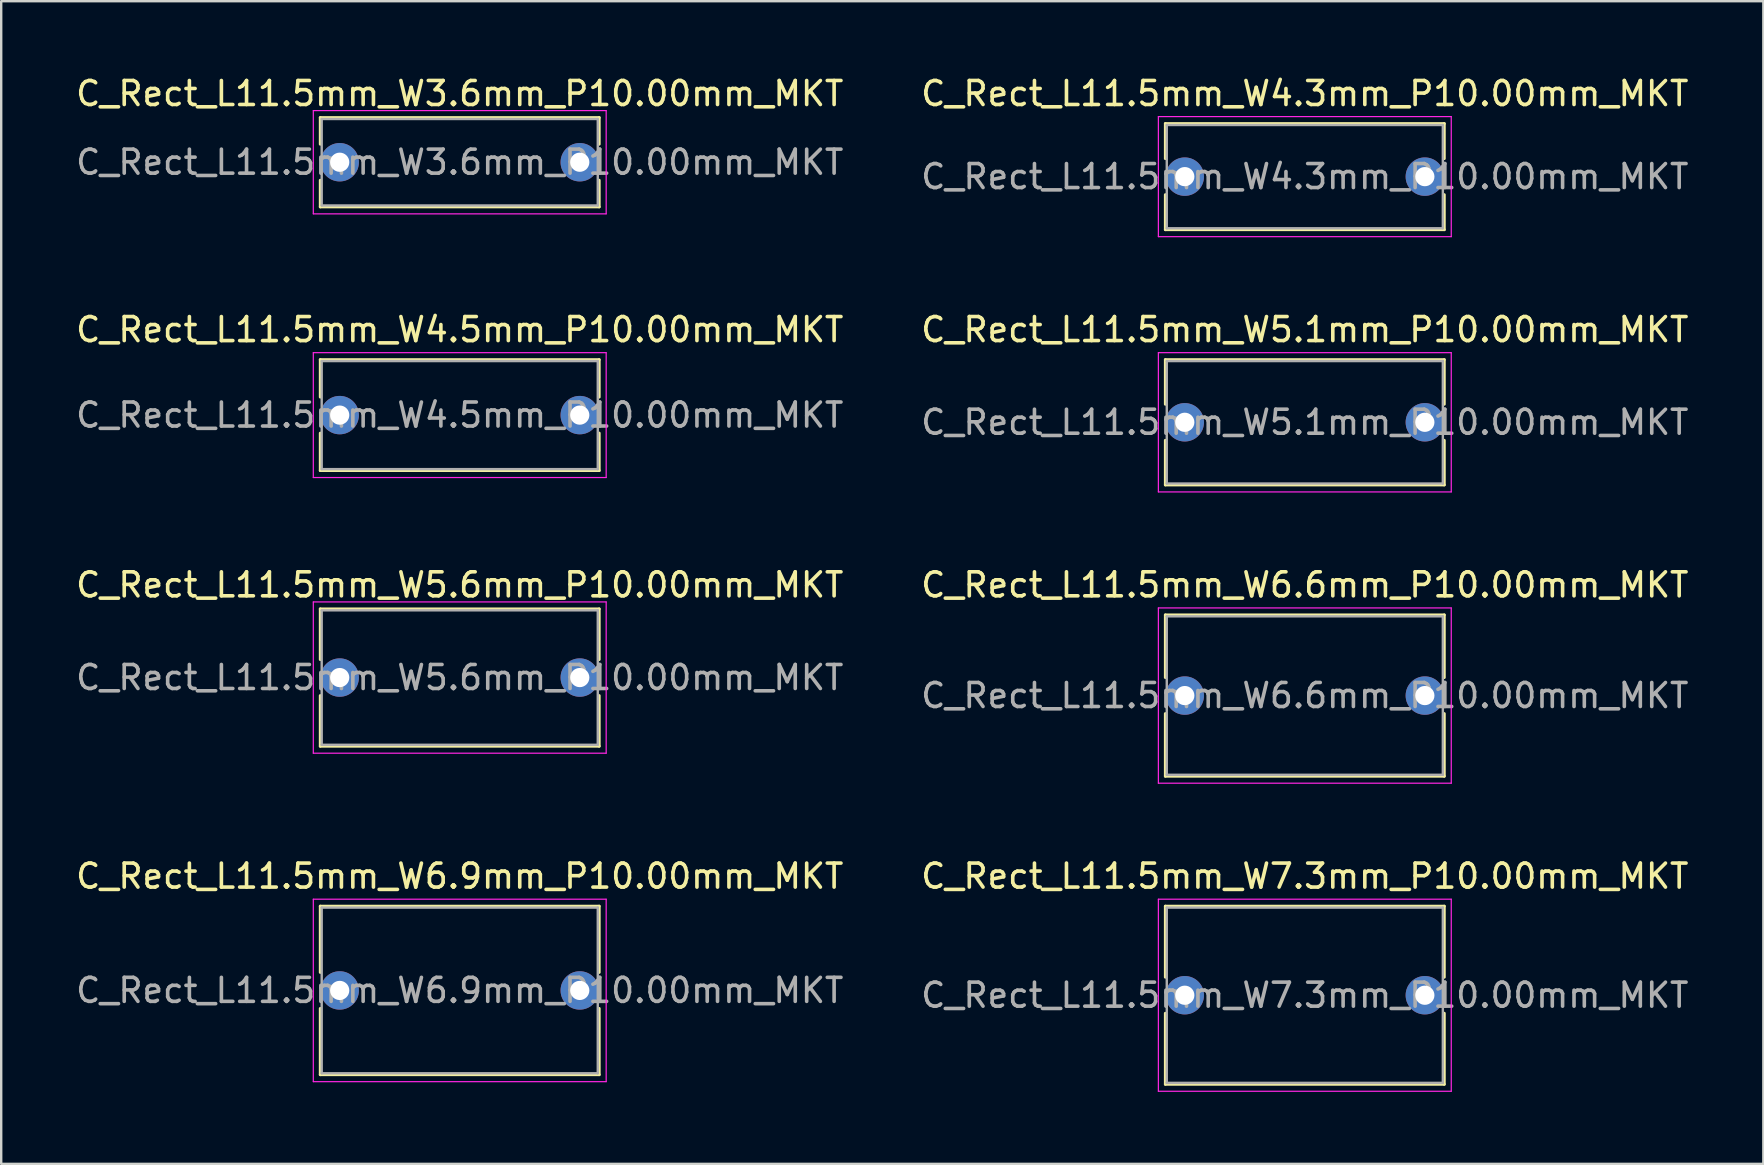
<source format=kicad_pcb>
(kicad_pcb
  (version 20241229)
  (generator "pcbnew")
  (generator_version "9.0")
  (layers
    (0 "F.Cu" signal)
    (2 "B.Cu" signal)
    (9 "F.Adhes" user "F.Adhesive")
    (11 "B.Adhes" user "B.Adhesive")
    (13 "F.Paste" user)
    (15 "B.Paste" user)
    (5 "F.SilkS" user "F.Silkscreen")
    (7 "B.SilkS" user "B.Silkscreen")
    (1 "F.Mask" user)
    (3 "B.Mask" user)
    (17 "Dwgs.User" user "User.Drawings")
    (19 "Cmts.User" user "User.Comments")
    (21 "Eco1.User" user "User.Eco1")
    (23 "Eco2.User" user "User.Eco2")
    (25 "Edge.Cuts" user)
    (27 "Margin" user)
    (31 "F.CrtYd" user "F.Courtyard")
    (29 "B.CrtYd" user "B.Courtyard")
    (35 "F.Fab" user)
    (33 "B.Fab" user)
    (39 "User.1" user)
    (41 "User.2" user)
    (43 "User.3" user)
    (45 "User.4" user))
  (footprint "C_Rect_L11.5mm_W4.3mm_P10.00mm_MKT"
    (layer "F.Cu")
    (at 46.304 4.308)
    (property "Reference" "C_Rect_L11.5mm_W4.3mm_P10.00mm_MKT" (at 5 -3.46 0) (layer "F.SilkS") (effects (font (size 1 1) (thickness 0.15))))
    (attr through_hole)
    (fp_line (start -0.81 -2.21) (end -0.81 -0.75) (stroke (width 0.12) (type solid)) (layer "F.SilkS"))
    (fp_line (start -0.81 -2.21) (end 10.81 -2.21) (stroke (width 0.12) (type solid)) (layer "F.SilkS"))
    (fp_line (start -0.81 0.75) (end -0.81 2.21) (stroke (width 0.12) (type solid)) (layer "F.SilkS"))
    (fp_line (start -0.81 2.21) (end 10.81 2.21) (stroke (width 0.12) (type solid)) (layer "F.SilkS"))
    (fp_line (start 10.81 -2.21) (end 10.81 -0.75) (stroke (width 0.12) (type solid)) (layer "F.SilkS"))
    (fp_line (start 10.81 0.75) (end 10.81 2.21) (stroke (width 0.12) (type solid)) (layer "F.SilkS"))
    (fp_line (start -1.1 -2.5) (end -1.1 2.5) (stroke (width 0.05) (type solid)) (layer "F.CrtYd"))
    (fp_line (start -1.1 2.5) (end 11.1 2.5) (stroke (width 0.05) (type solid)) (layer "F.CrtYd"))
    (fp_line (start 11.1 -2.5) (end -1.1 -2.5) (stroke (width 0.05) (type solid)) (layer "F.CrtYd"))
    (fp_line (start 11.1 2.5) (end 11.1 -2.5) (stroke (width 0.05) (type solid)) (layer "F.CrtYd"))
    (fp_line (start -0.75 -2.15) (end -0.75 2.15) (stroke (width 0.1) (type solid)) (layer "F.Fab"))
    (fp_line (start -0.75 2.15) (end 10.75 2.15) (stroke (width 0.1) (type solid)) (layer "F.Fab"))
    (fp_line (start 10.75 -2.15) (end -0.75 -2.15) (stroke (width 0.1) (type solid)) (layer "F.Fab"))
    (fp_line (start 10.75 2.15) (end 10.75 -2.15) (stroke (width 0.1) (type solid)) (layer "F.Fab"))
    (fp_text user "${REFERENCE}" (at 5 0 0) (layer "F.Fab") (effects (font (size 1 1) (thickness 0.15))))
    (pad "1" thru_hole circle (at 0 0) (size 1.6 1.6) (drill 0.8) (layers "*.Cu" "*.Mask"))
    (pad "2" thru_hole circle (at 10 0) (size 1.6 1.6) (drill 0.8) (layers "*.Cu" "*.Mask")))
  (footprint "C_Rect_L11.5mm_W6.9mm_P10.00mm_MKT"
    (layer "F.Cu")
    (at 11.101 38.208)
    (property "Reference" "C_Rect_L11.5mm_W6.9mm_P10.00mm_MKT" (at 5 -4.76 0) (layer "F.SilkS") (effects (font (size 1 1) (thickness 0.15))))
    (attr through_hole)
    (fp_line (start -0.81 -3.51) (end -0.81 -0.75) (stroke (width 0.12) (type solid)) (layer "F.SilkS"))
    (fp_line (start -0.81 -3.51) (end 10.81 -3.51) (stroke (width 0.12) (type solid)) (layer "F.SilkS"))
    (fp_line (start -0.81 0.75) (end -0.81 3.51) (stroke (width 0.12) (type solid)) (layer "F.SilkS"))
    (fp_line (start -0.81 3.51) (end 10.81 3.51) (stroke (width 0.12) (type solid)) (layer "F.SilkS"))
    (fp_line (start 10.81 -3.51) (end 10.81 -0.75) (stroke (width 0.12) (type solid)) (layer "F.SilkS"))
    (fp_line (start 10.81 0.75) (end 10.81 3.51) (stroke (width 0.12) (type solid)) (layer "F.SilkS"))
    (fp_line (start -1.1 -3.8) (end -1.1 3.8) (stroke (width 0.05) (type solid)) (layer "F.CrtYd"))
    (fp_line (start -1.1 3.8) (end 11.1 3.8) (stroke (width 0.05) (type solid)) (layer "F.CrtYd"))
    (fp_line (start 11.1 -3.8) (end -1.1 -3.8) (stroke (width 0.05) (type solid)) (layer "F.CrtYd"))
    (fp_line (start 11.1 3.8) (end 11.1 -3.8) (stroke (width 0.05) (type solid)) (layer "F.CrtYd"))
    (fp_line (start -0.75 -3.45) (end -0.75 3.45) (stroke (width 0.1) (type solid)) (layer "F.Fab"))
    (fp_line (start -0.75 3.45) (end 10.75 3.45) (stroke (width 0.1) (type solid)) (layer "F.Fab"))
    (fp_line (start 10.75 -3.45) (end -0.75 -3.45) (stroke (width 0.1) (type solid)) (layer "F.Fab"))
    (fp_line (start 10.75 3.45) (end 10.75 -3.45) (stroke (width 0.1) (type solid)) (layer "F.Fab"))
    (fp_text user "${REFERENCE}" (at 5 0 0) (layer "F.Fab") (effects (font (size 1 1) (thickness 0.15))))
    (pad "1" thru_hole circle (at 0 0) (size 1.6 1.6) (drill 0.8) (layers "*.Cu" "*.Mask"))
    (pad "2" thru_hole circle (at 10 0) (size 1.6 1.6) (drill 0.8) (layers "*.Cu" "*.Mask")))
  (footprint "C_Rect_L11.5mm_W5.6mm_P10.00mm_MKT"
    (layer "F.Cu")
    (at 11.101 25.175)
    (property "Reference" "C_Rect_L11.5mm_W5.6mm_P10.00mm_MKT" (at 5 -3.86 0) (layer "F.SilkS") (effects (font (size 1 1) (thickness 0.15))))
    (attr through_hole)
    (fp_line (start -0.81 -2.86) (end -0.81 -0.75) (stroke (width 0.12) (type solid)) (layer "F.SilkS"))
    (fp_line (start -0.81 -2.86) (end 10.81 -2.86) (stroke (width 0.12) (type solid)) (layer "F.SilkS"))
    (fp_line (start -0.81 0.75) (end -0.81 2.86) (stroke (width 0.12) (type solid)) (layer "F.SilkS"))
    (fp_line (start -0.81 2.86) (end 10.81 2.86) (stroke (width 0.12) (type solid)) (layer "F.SilkS"))
    (fp_line (start 10.81 -2.86) (end 10.81 -0.75) (stroke (width 0.12) (type solid)) (layer "F.SilkS"))
    (fp_line (start 10.81 0.75) (end 10.81 2.86) (stroke (width 0.12) (type solid)) (layer "F.SilkS"))
    (fp_line (start -1.1 -3.15) (end -1.1 3.15) (stroke (width 0.05) (type solid)) (layer "F.CrtYd"))
    (fp_line (start -1.1 3.15) (end 11.1 3.15) (stroke (width 0.05) (type solid)) (layer "F.CrtYd"))
    (fp_line (start 11.1 -3.15) (end -1.1 -3.15) (stroke (width 0.05) (type solid)) (layer "F.CrtYd"))
    (fp_line (start 11.1 3.15) (end 11.1 -3.15) (stroke (width 0.05) (type solid)) (layer "F.CrtYd"))
    (fp_line (start -0.75 -2.8) (end -0.75 2.8) (stroke (width 0.1) (type solid)) (layer "F.Fab"))
    (fp_line (start -0.75 2.8) (end 10.75 2.8) (stroke (width 0.1) (type solid)) (layer "F.Fab"))
    (fp_line (start 10.75 -2.8) (end -0.75 -2.8) (stroke (width 0.1) (type solid)) (layer "F.Fab"))
    (fp_line (start 10.75 2.8) (end 10.75 -2.8) (stroke (width 0.1) (type solid)) (layer "F.Fab"))
    (fp_text user "${REFERENCE}" (at 5 0 0) (layer "F.Fab") (effects (font (size 1 1) (thickness 0.15))))
    (pad "1" thru_hole circle (at 0 0) (size 1.6 1.6) (drill 0.8) (layers "*.Cu" "*.Mask"))
    (pad "2" thru_hole circle (at 10 0) (size 1.6 1.6) (drill 0.8) (layers "*.Cu" "*.Mask")))
  (footprint "C_Rect_L11.5mm_W6.6mm_P10.00mm_MKT"
    (layer "F.Cu")
    (at 46.304 25.925)
    (property "Reference" "C_Rect_L11.5mm_W6.6mm_P10.00mm_MKT" (at 5 -4.61 0) (layer "F.SilkS") (effects (font (size 1 1) (thickness 0.15))))
    (attr through_hole)
    (fp_line (start -0.81 -3.36) (end -0.81 -0.75) (stroke (width 0.12) (type solid)) (layer "F.SilkS"))
    (fp_line (start -0.81 -3.36) (end 10.81 -3.36) (stroke (width 0.12) (type solid)) (layer "F.SilkS"))
    (fp_line (start -0.81 0.75) (end -0.81 3.36) (stroke (width 0.12) (type solid)) (layer "F.SilkS"))
    (fp_line (start -0.81 3.36) (end 10.81 3.36) (stroke (width 0.12) (type solid)) (layer "F.SilkS"))
    (fp_line (start 10.81 -3.36) (end 10.81 -0.75) (stroke (width 0.12) (type solid)) (layer "F.SilkS"))
    (fp_line (start 10.81 0.75) (end 10.81 3.36) (stroke (width 0.12) (type solid)) (layer "F.SilkS"))
    (fp_line (start -1.1 -3.65) (end -1.1 3.65) (stroke (width 0.05) (type solid)) (layer "F.CrtYd"))
    (fp_line (start -1.1 3.65) (end 11.1 3.65) (stroke (width 0.05) (type solid)) (layer "F.CrtYd"))
    (fp_line (start 11.1 -3.65) (end -1.1 -3.65) (stroke (width 0.05) (type solid)) (layer "F.CrtYd"))
    (fp_line (start 11.1 3.65) (end 11.1 -3.65) (stroke (width 0.05) (type solid)) (layer "F.CrtYd"))
    (fp_line (start -0.75 -3.3) (end -0.75 3.3) (stroke (width 0.1) (type solid)) (layer "F.Fab"))
    (fp_line (start -0.75 3.3) (end 10.75 3.3) (stroke (width 0.1) (type solid)) (layer "F.Fab"))
    (fp_line (start 10.75 -3.3) (end -0.75 -3.3) (stroke (width 0.1) (type solid)) (layer "F.Fab"))
    (fp_line (start 10.75 3.3) (end 10.75 -3.3) (stroke (width 0.1) (type solid)) (layer "F.Fab"))
    (fp_text user "${REFERENCE}" (at 5 0 0) (layer "F.Fab") (effects (font (size 1 1) (thickness 0.15))))
    (pad "1" thru_hole circle (at 0 0) (size 1.6 1.6) (drill 0.8) (layers "*.Cu" "*.Mask"))
    (pad "2" thru_hole circle (at 10 0) (size 1.6 1.6) (drill 0.8) (layers "*.Cu" "*.Mask")))
  (footprint "C_Rect_L11.5mm_W4.5mm_P10.00mm_MKT"
    (layer "F.Cu")
    (at 11.101 14.242)
    (property "Reference" "C_Rect_L11.5mm_W4.5mm_P10.00mm_MKT" (at 5 -3.56 0) (layer "F.SilkS") (effects (font (size 1 1) (thickness 0.15))))
    (attr through_hole)
    (fp_line (start -0.81 -2.31) (end -0.81 -0.75) (stroke (width 0.12) (type solid)) (layer "F.SilkS"))
    (fp_line (start -0.81 -2.31) (end 10.81 -2.31) (stroke (width 0.12) (type solid)) (layer "F.SilkS"))
    (fp_line (start -0.81 0.75) (end -0.81 2.31) (stroke (width 0.12) (type solid)) (layer "F.SilkS"))
    (fp_line (start -0.81 2.31) (end 10.81 2.31) (stroke (width 0.12) (type solid)) (layer "F.SilkS"))
    (fp_line (start 10.81 -2.31) (end 10.81 -0.75) (stroke (width 0.12) (type solid)) (layer "F.SilkS"))
    (fp_line (start 10.81 0.75) (end 10.81 2.31) (stroke (width 0.12) (type solid)) (layer "F.SilkS"))
    (fp_line (start -1.1 -2.6) (end -1.1 2.6) (stroke (width 0.05) (type solid)) (layer "F.CrtYd"))
    (fp_line (start -1.1 2.6) (end 11.1 2.6) (stroke (width 0.05) (type solid)) (layer "F.CrtYd"))
    (fp_line (start 11.1 -2.6) (end -1.1 -2.6) (stroke (width 0.05) (type solid)) (layer "F.CrtYd"))
    (fp_line (start 11.1 2.6) (end 11.1 -2.6) (stroke (width 0.05) (type solid)) (layer "F.CrtYd"))
    (fp_line (start -0.75 -2.25) (end -0.75 2.25) (stroke (width 0.1) (type solid)) (layer "F.Fab"))
    (fp_line (start -0.75 2.25) (end 10.75 2.25) (stroke (width 0.1) (type solid)) (layer "F.Fab"))
    (fp_line (start 10.75 -2.25) (end -0.75 -2.25) (stroke (width 0.1) (type solid)) (layer "F.Fab"))
    (fp_line (start 10.75 2.25) (end 10.75 -2.25) (stroke (width 0.1) (type solid)) (layer "F.Fab"))
    (fp_text user "${REFERENCE}" (at 5 0 0) (layer "F.Fab") (effects (font (size 1 1) (thickness 0.15))))
    (pad "1" thru_hole circle (at 0 0) (size 1.6 1.6) (drill 0.8) (layers "*.Cu" "*.Mask"))
    (pad "2" thru_hole circle (at 10 0) (size 1.6 1.6) (drill 0.8) (layers "*.Cu" "*.Mask")))
  (footprint "C_Rect_L11.5mm_W5.1mm_P10.00mm_MKT"
    (layer "F.Cu")
    (at 46.304 14.541)
    (property "Reference" "C_Rect_L11.5mm_W5.1mm_P10.00mm_MKT" (at 5 -3.86 0) (layer "F.SilkS") (effects (font (size 1 1) (thickness 0.15))))
    (attr through_hole)
    (fp_line (start -0.81 -2.61) (end -0.81 -0.75) (stroke (width 0.12) (type solid)) (layer "F.SilkS"))
    (fp_line (start -0.81 -2.61) (end 10.81 -2.61) (stroke (width 0.12) (type solid)) (layer "F.SilkS"))
    (fp_line (start -0.81 0.75) (end -0.81 2.61) (stroke (width 0.12) (type solid)) (layer "F.SilkS"))
    (fp_line (start -0.81 2.61) (end 10.81 2.61) (stroke (width 0.12) (type solid)) (layer "F.SilkS"))
    (fp_line (start 10.81 -2.61) (end 10.81 -0.75) (stroke (width 0.12) (type solid)) (layer "F.SilkS"))
    (fp_line (start 10.81 0.75) (end 10.81 2.61) (stroke (width 0.12) (type solid)) (layer "F.SilkS"))
    (fp_line (start -1.1 -2.9) (end -1.1 2.9) (stroke (width 0.05) (type solid)) (layer "F.CrtYd"))
    (fp_line (start -1.1 2.9) (end 11.1 2.9) (stroke (width 0.05) (type solid)) (layer "F.CrtYd"))
    (fp_line (start 11.1 -2.9) (end -1.1 -2.9) (stroke (width 0.05) (type solid)) (layer "F.CrtYd"))
    (fp_line (start 11.1 2.9) (end 11.1 -2.9) (stroke (width 0.05) (type solid)) (layer "F.CrtYd"))
    (fp_line (start -0.75 -2.55) (end -0.75 2.55) (stroke (width 0.1) (type solid)) (layer "F.Fab"))
    (fp_line (start -0.75 2.55) (end 10.75 2.55) (stroke (width 0.1) (type solid)) (layer "F.Fab"))
    (fp_line (start 10.75 -2.55) (end -0.75 -2.55) (stroke (width 0.1) (type solid)) (layer "F.Fab"))
    (fp_line (start 10.75 2.55) (end 10.75 -2.55) (stroke (width 0.1) (type solid)) (layer "F.Fab"))
    (fp_text user "${REFERENCE}" (at 5 0 0) (layer "F.Fab") (effects (font (size 1 1) (thickness 0.15))))
    (pad "1" thru_hole circle (at 0 0) (size 1.6 1.6) (drill 0.8) (layers "*.Cu" "*.Mask"))
    (pad "2" thru_hole circle (at 10 0) (size 1.6 1.6) (drill 0.8) (layers "*.Cu" "*.Mask")))
  (footprint "C_Rect_L11.5mm_W3.6mm_P10.00mm_MKT"
    (layer "F.Cu")
    (at 11.101 3.708)
    (property "Reference" "C_Rect_L11.5mm_W3.6mm_P10.00mm_MKT" (at 5 -2.86 0) (layer "F.SilkS") (effects (font (size 1 1) (thickness 0.15))))
    (attr through_hole)
    (fp_line (start -0.81 -1.86) (end -0.81 -0.75) (stroke (width 0.12) (type solid)) (layer "F.SilkS"))
    (fp_line (start -0.81 -1.86) (end 10.81 -1.86) (stroke (width 0.12) (type solid)) (layer "F.SilkS"))
    (fp_line (start -0.81 0.75) (end -0.81 1.86) (stroke (width 0.12) (type solid)) (layer "F.SilkS"))
    (fp_line (start -0.81 1.86) (end 10.81 1.86) (stroke (width 0.12) (type solid)) (layer "F.SilkS"))
    (fp_line (start 10.81 -1.86) (end 10.81 -0.75) (stroke (width 0.12) (type solid)) (layer "F.SilkS"))
    (fp_line (start 10.81 0.75) (end 10.81 1.86) (stroke (width 0.12) (type solid)) (layer "F.SilkS"))
    (fp_line (start -1.1 -2.15) (end -1.1 2.15) (stroke (width 0.05) (type solid)) (layer "F.CrtYd"))
    (fp_line (start -1.1 2.15) (end 11.1 2.15) (stroke (width 0.05) (type solid)) (layer "F.CrtYd"))
    (fp_line (start 11.1 -2.15) (end -1.1 -2.15) (stroke (width 0.05) (type solid)) (layer "F.CrtYd"))
    (fp_line (start 11.1 2.15) (end 11.1 -2.15) (stroke (width 0.05) (type solid)) (layer "F.CrtYd"))
    (fp_line (start -0.75 -1.8) (end -0.75 1.8) (stroke (width 0.1) (type solid)) (layer "F.Fab"))
    (fp_line (start -0.75 1.8) (end 10.75 1.8) (stroke (width 0.1) (type solid)) (layer "F.Fab"))
    (fp_line (start 10.75 -1.8) (end -0.75 -1.8) (stroke (width 0.1) (type solid)) (layer "F.Fab"))
    (fp_line (start 10.75 1.8) (end 10.75 -1.8) (stroke (width 0.1) (type solid)) (layer "F.Fab"))
    (fp_text user "${REFERENCE}" (at 5 0 0) (layer "F.Fab") (effects (font (size 1 1) (thickness 0.15))))
    (pad "1" thru_hole circle (at 0 0) (size 1.6 1.6) (drill 0.8) (layers "*.Cu" "*.Mask"))
    (pad "2" thru_hole circle (at 10 0) (size 1.6 1.6) (drill 0.8) (layers "*.Cu" "*.Mask")))
  (footprint "C_Rect_L11.5mm_W7.3mm_P10.00mm_MKT"
    (layer "F.Cu")
    (at 46.304 38.408)
    (property "Reference" "C_Rect_L11.5mm_W7.3mm_P10.00mm_MKT" (at 5 -4.96 0) (layer "F.SilkS") (effects (font (size 1 1) (thickness 0.15))))
    (attr through_hole)
    (fp_line (start -0.81 -3.71) (end -0.81 -0.75) (stroke (width 0.12) (type solid)) (layer "F.SilkS"))
    (fp_line (start -0.81 -3.71) (end 10.81 -3.71) (stroke (width 0.12) (type solid)) (layer "F.SilkS"))
    (fp_line (start -0.81 0.75) (end -0.81 3.71) (stroke (width 0.12) (type solid)) (layer "F.SilkS"))
    (fp_line (start -0.81 3.71) (end 10.81 3.71) (stroke (width 0.12) (type solid)) (layer "F.SilkS"))
    (fp_line (start 10.81 -3.71) (end 10.81 -0.75) (stroke (width 0.12) (type solid)) (layer "F.SilkS"))
    (fp_line (start 10.81 0.75) (end 10.81 3.71) (stroke (width 0.12) (type solid)) (layer "F.SilkS"))
    (fp_line (start -1.1 -4) (end -1.1 4) (stroke (width 0.05) (type solid)) (layer "F.CrtYd"))
    (fp_line (start -1.1 4) (end 11.1 4) (stroke (width 0.05) (type solid)) (layer "F.CrtYd"))
    (fp_line (start 11.1 -4) (end -1.1 -4) (stroke (width 0.05) (type solid)) (layer "F.CrtYd"))
    (fp_line (start 11.1 4) (end 11.1 -4) (stroke (width 0.05) (type solid)) (layer "F.CrtYd"))
    (fp_line (start -0.75 -3.65) (end -0.75 3.65) (stroke (width 0.1) (type solid)) (layer "F.Fab"))
    (fp_line (start -0.75 3.65) (end 10.75 3.65) (stroke (width 0.1) (type solid)) (layer "F.Fab"))
    (fp_line (start 10.75 -3.65) (end -0.75 -3.65) (stroke (width 0.1) (type solid)) (layer "F.Fab"))
    (fp_line (start 10.75 3.65) (end 10.75 -3.65) (stroke (width 0.1) (type solid)) (layer "F.Fab"))
    (fp_text user "${REFERENCE}" (at 5 0 0) (layer "F.Fab") (effects (font (size 1 1) (thickness 0.15))))
    (pad "1" thru_hole circle (at 0 0) (size 1.6 1.6) (drill 0.8) (layers "*.Cu" "*.Mask"))
    (pad "2" thru_hole circle (at 10 0) (size 1.6 1.6) (drill 0.8) (layers "*.Cu" "*.Mask")))
  (gr_rect
    (start -3 -3)
    (end 70.405 45.433)
    (stroke (width 0.1) (type default))
    (fill no)
    (layer "Edge.Cuts")))
</source>
